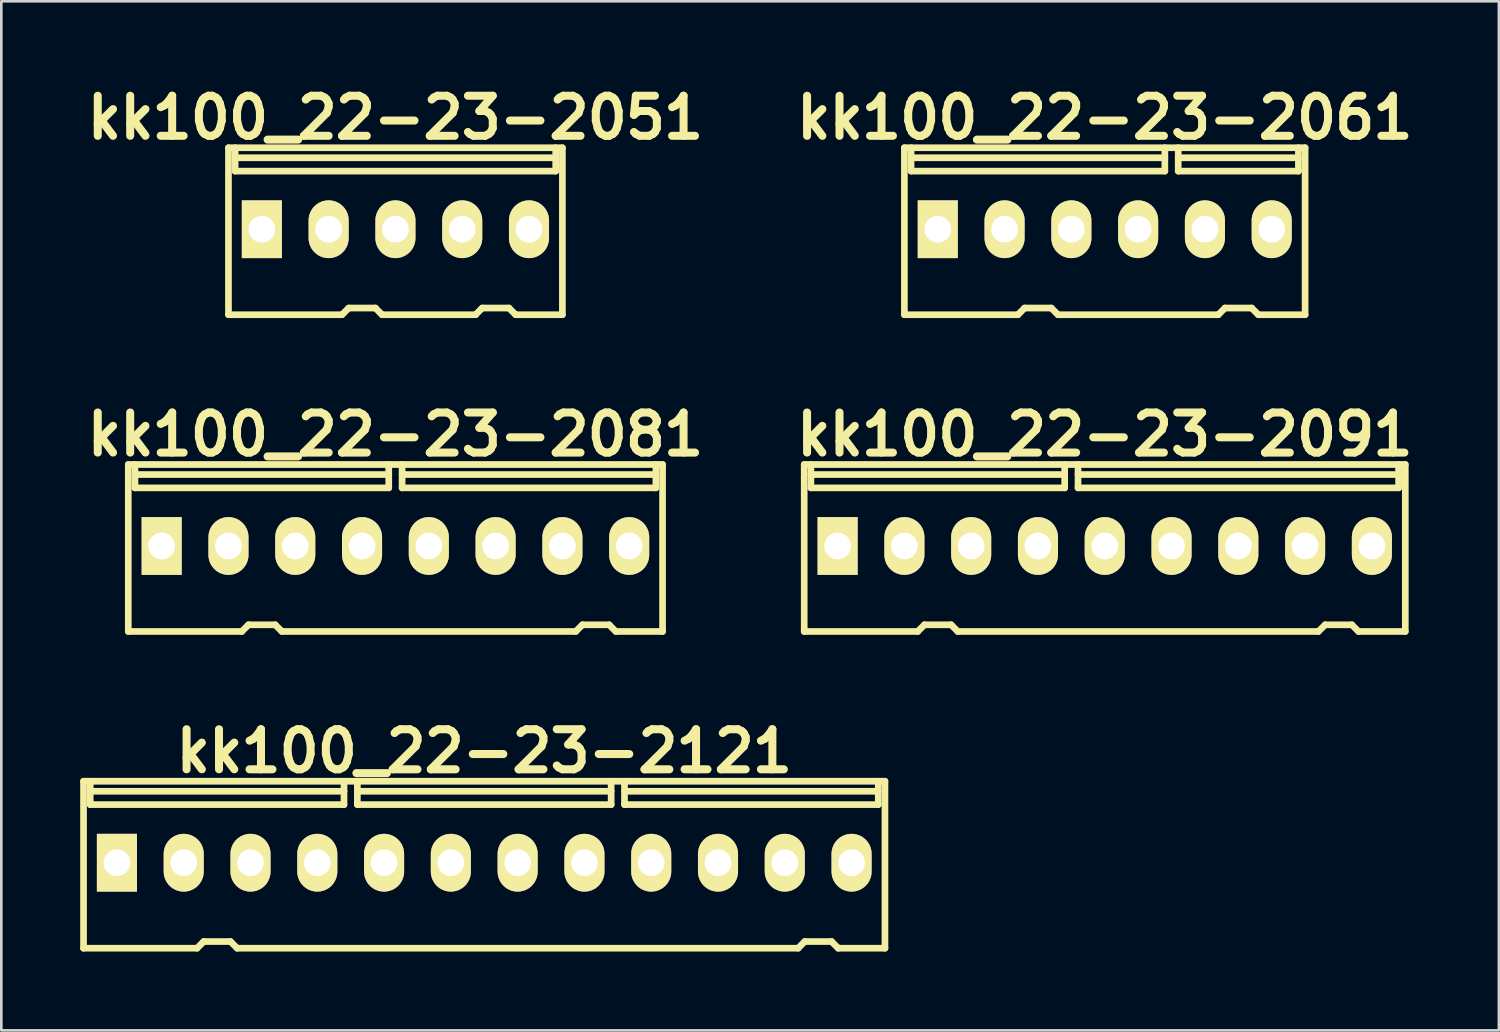
<source format=kicad_pcb>
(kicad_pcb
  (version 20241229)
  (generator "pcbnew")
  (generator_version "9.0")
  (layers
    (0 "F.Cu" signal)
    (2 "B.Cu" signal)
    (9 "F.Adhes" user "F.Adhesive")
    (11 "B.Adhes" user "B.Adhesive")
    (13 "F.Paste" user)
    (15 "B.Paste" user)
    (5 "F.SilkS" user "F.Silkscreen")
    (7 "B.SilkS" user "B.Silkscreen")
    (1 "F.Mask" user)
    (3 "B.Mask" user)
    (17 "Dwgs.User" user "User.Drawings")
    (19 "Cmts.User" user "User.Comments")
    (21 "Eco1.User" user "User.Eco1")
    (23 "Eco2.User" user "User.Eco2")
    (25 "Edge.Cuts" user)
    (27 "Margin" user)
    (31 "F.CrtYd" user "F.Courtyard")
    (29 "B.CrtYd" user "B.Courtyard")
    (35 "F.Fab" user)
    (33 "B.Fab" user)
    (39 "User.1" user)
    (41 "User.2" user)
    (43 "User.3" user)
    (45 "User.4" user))
  (footprint "kk100_22-23-2051"
    (layer "F.Cu")
    (at 11.989 5.744)
    (property "Reference" "kk100_22-23-2051" (at 0 -4.318 0) (layer "F.SilkS") (effects (font (size 1.524 1.524) (thickness 0.305))))
    (attr through_hole)
    (fp_line (start -6.35 -3.175) (end 6.35 -3.175) (stroke (width 0.254) (type solid)) (layer "F.SilkS"))
    (fp_line (start -6.35 3.175) (end -6.35 -3.175) (stroke (width 0.254) (type solid)) (layer "F.SilkS"))
    (fp_line (start -6.096 -2.286) (end -6.096 -3.175) (stroke (width 0.254) (type solid)) (layer "F.SilkS"))
    (fp_line (start -6.096 -2.286) (end 6.096 -2.286) (stroke (width 0.254) (type solid)) (layer "F.SilkS"))
    (fp_line (start -2.032 3.175) (end -6.35 3.175) (stroke (width 0.254) (type solid)) (layer "F.SilkS"))
    (fp_line (start -1.778 2.921) (end -2.032 3.175) (stroke (width 0.254) (type solid)) (layer "F.SilkS"))
    (fp_line (start -1.778 2.921) (end -0.762 2.921) (stroke (width 0.254) (type solid)) (layer "F.SilkS"))
    (fp_line (start -0.762 2.921) (end -0.508 3.175) (stroke (width 0.254) (type solid)) (layer "F.SilkS"))
    (fp_line (start -0.508 3.175) (end 3.048 3.175) (stroke (width 0.254) (type solid)) (layer "F.SilkS"))
    (fp_line (start 3.302 2.921) (end 3.048 3.175) (stroke (width 0.254) (type solid)) (layer "F.SilkS"))
    (fp_line (start 3.302 2.921) (end 4.318 2.921) (stroke (width 0.254) (type solid)) (layer "F.SilkS"))
    (fp_line (start 4.318 2.921) (end 4.572 3.175) (stroke (width 0.254) (type solid)) (layer "F.SilkS"))
    (fp_line (start 4.572 3.175) (end 6.35 3.175) (stroke (width 0.254) (type solid)) (layer "F.SilkS"))
    (fp_line (start 6.096 -2.794) (end -6.096 -2.794) (stroke (width 0.254) (type solid)) (layer "F.SilkS"))
    (fp_line (start 6.096 -2.286) (end 6.096 -3.175) (stroke (width 0.254) (type solid)) (layer "F.SilkS"))
    (fp_line (start 6.35 -3.175) (end 6.35 3.175) (stroke (width 0.254) (type solid)) (layer "F.SilkS"))
    (pad "1" thru_hole rect (at -5.08 -0.076) (size 1.524 2.197) (drill 1.016) (layers "*.Cu" "*.Mask" "F.SilkS"))
    (pad "2" thru_hole oval (at -2.54 -0.076) (size 1.524 2.197) (drill 1.016) (layers "*.Cu" "*.Mask" "F.SilkS"))
    (pad "3" thru_hole oval (at 0 -0.076) (size 1.524 2.197) (drill 1.016) (layers "*.Cu" "*.Mask" "F.SilkS"))
    (pad "4" thru_hole oval (at 2.54 -0.076) (size 1.524 2.197) (drill 1.016) (layers "*.Cu" "*.Mask" "F.SilkS"))
    (pad "5" thru_hole oval (at 5.08 -0.076) (size 1.524 2.197) (drill 1.016) (layers "*.Cu" "*.Mask" "F.SilkS")))
  (footprint "kk100_22-23-2081"
    (layer "F.Cu")
    (at 11.989 17.791)
    (property "Reference" "kk100_22-23-2081" (at 0 -4.318 0) (layer "F.SilkS") (effects (font (size 1.524 1.524) (thickness 0.305))))
    (attr through_hole)
    (fp_line (start -10.16 3.175) (end -10.16 -3.175) (stroke (width 0.254) (type solid)) (layer "F.SilkS"))
    (fp_line (start -9.906 -2.286) (end -9.906 -3.175) (stroke (width 0.254) (type solid)) (layer "F.SilkS"))
    (fp_line (start -5.842 3.175) (end -10.16 3.175) (stroke (width 0.254) (type solid)) (layer "F.SilkS"))
    (fp_line (start -5.588 2.921) (end -5.842 3.175) (stroke (width 0.254) (type solid)) (layer "F.SilkS"))
    (fp_line (start -5.588 2.921) (end -4.572 2.921) (stroke (width 0.254) (type solid)) (layer "F.SilkS"))
    (fp_line (start -4.572 2.921) (end -4.318 3.175) (stroke (width 0.254) (type solid)) (layer "F.SilkS"))
    (fp_line (start -4.318 3.175) (end 6.858 3.175) (stroke (width 0.254) (type solid)) (layer "F.SilkS"))
    (fp_line (start -0.254 -2.794) (end -9.906 -2.794) (stroke (width 0.254) (type solid)) (layer "F.SilkS"))
    (fp_line (start -0.254 -2.286) (end -9.906 -2.286) (stroke (width 0.254) (type solid)) (layer "F.SilkS"))
    (fp_line (start -0.254 -2.286) (end -0.254 -3.175) (stroke (width 0.254) (type solid)) (layer "F.SilkS"))
    (fp_line (start 0.254 -2.794) (end 9.906 -2.794) (stroke (width 0.254) (type solid)) (layer "F.SilkS"))
    (fp_line (start 0.254 -2.286) (end 0.254 -3.175) (stroke (width 0.254) (type solid)) (layer "F.SilkS"))
    (fp_line (start 0.254 -2.286) (end 9.906 -2.286) (stroke (width 0.254) (type solid)) (layer "F.SilkS"))
    (fp_line (start 7.112 2.921) (end 6.858 3.175) (stroke (width 0.254) (type solid)) (layer "F.SilkS"))
    (fp_line (start 7.112 2.921) (end 8.128 2.921) (stroke (width 0.254) (type solid)) (layer "F.SilkS"))
    (fp_line (start 8.128 2.921) (end 8.382 3.175) (stroke (width 0.254) (type solid)) (layer "F.SilkS"))
    (fp_line (start 8.382 3.175) (end 10.16 3.175) (stroke (width 0.254) (type solid)) (layer "F.SilkS"))
    (fp_line (start 9.906 -2.286) (end 9.906 -3.175) (stroke (width 0.254) (type solid)) (layer "F.SilkS"))
    (fp_line (start 10.16 -3.175) (end -10.16 -3.175) (stroke (width 0.254) (type solid)) (layer "F.SilkS"))
    (fp_line (start 10.16 -3.175) (end 10.16 3.175) (stroke (width 0.254) (type solid)) (layer "F.SilkS"))
    (pad "1" thru_hole rect (at -8.89 -0.076) (size 1.524 2.197) (drill 1.016) (layers "*.Cu" "*.Mask" "F.SilkS"))
    (pad "2" thru_hole oval (at -6.35 -0.076) (size 1.524 2.197) (drill 1.016) (layers "*.Cu" "*.Mask" "F.SilkS"))
    (pad "3" thru_hole oval (at -3.81 -0.076) (size 1.524 2.197) (drill 1.016) (layers "*.Cu" "*.Mask" "F.SilkS"))
    (pad "4" thru_hole oval (at -1.27 -0.076) (size 1.524 2.197) (drill 1.016) (layers "*.Cu" "*.Mask" "F.SilkS"))
    (pad "5" thru_hole oval (at 1.27 -0.076) (size 1.524 2.197) (drill 1.016) (layers "*.Cu" "*.Mask" "F.SilkS"))
    (pad "6" thru_hole oval (at 3.81 -0.076) (size 1.524 2.197) (drill 1.016) (layers "*.Cu" "*.Mask" "F.SilkS"))
    (pad "7" thru_hole oval (at 6.35 -0.076) (size 1.524 2.197) (drill 1.016) (layers "*.Cu" "*.Mask" "F.SilkS"))
    (pad "8" thru_hole oval (at 8.89 -0.076) (size 1.524 2.197) (drill 1.016) (layers "*.Cu" "*.Mask" "F.SilkS")))
  (footprint "kk100_22-23-2061"
    (layer "F.Cu")
    (at 38.966 5.744)
    (property "Reference" "kk100_22-23-2061" (at 0 -4.318 0) (layer "F.SilkS") (effects (font (size 1.524 1.524) (thickness 0.305))))
    (attr through_hole)
    (fp_line (start -7.62 -3.175) (end 7.62 -3.175) (stroke (width 0.254) (type solid)) (layer "F.SilkS"))
    (fp_line (start -7.62 3.175) (end -7.62 -3.175) (stroke (width 0.254) (type solid)) (layer "F.SilkS"))
    (fp_line (start -7.366 -2.286) (end -7.366 -3.175) (stroke (width 0.254) (type solid)) (layer "F.SilkS"))
    (fp_line (start -3.302 3.175) (end -7.62 3.175) (stroke (width 0.254) (type solid)) (layer "F.SilkS"))
    (fp_line (start -3.048 2.921) (end -3.302 3.175) (stroke (width 0.254) (type solid)) (layer "F.SilkS"))
    (fp_line (start -3.048 2.921) (end -2.032 2.921) (stroke (width 0.254) (type solid)) (layer "F.SilkS"))
    (fp_line (start -2.032 2.921) (end -1.778 3.175) (stroke (width 0.254) (type solid)) (layer "F.SilkS"))
    (fp_line (start -1.778 3.175) (end 4.318 3.175) (stroke (width 0.254) (type solid)) (layer "F.SilkS"))
    (fp_line (start 2.286 -2.794) (end -7.366 -2.794) (stroke (width 0.254) (type solid)) (layer "F.SilkS"))
    (fp_line (start 2.286 -2.286) (end -7.366 -2.286) (stroke (width 0.254) (type solid)) (layer "F.SilkS"))
    (fp_line (start 2.286 -2.286) (end 2.286 -3.175) (stroke (width 0.254) (type solid)) (layer "F.SilkS"))
    (fp_line (start 2.794 -2.794) (end 7.366 -2.794) (stroke (width 0.254) (type solid)) (layer "F.SilkS"))
    (fp_line (start 2.794 -2.286) (end 2.794 -3.175) (stroke (width 0.254) (type solid)) (layer "F.SilkS"))
    (fp_line (start 2.794 -2.286) (end 7.366 -2.286) (stroke (width 0.254) (type solid)) (layer "F.SilkS"))
    (fp_line (start 4.572 2.921) (end 4.318 3.175) (stroke (width 0.254) (type solid)) (layer "F.SilkS"))
    (fp_line (start 4.572 2.921) (end 5.588 2.921) (stroke (width 0.254) (type solid)) (layer "F.SilkS"))
    (fp_line (start 5.588 2.921) (end 5.842 3.175) (stroke (width 0.254) (type solid)) (layer "F.SilkS"))
    (fp_line (start 5.842 3.175) (end 7.62 3.175) (stroke (width 0.254) (type solid)) (layer "F.SilkS"))
    (fp_line (start 7.366 -2.286) (end 7.366 -3.175) (stroke (width 0.254) (type solid)) (layer "F.SilkS"))
    (fp_line (start 7.62 -3.175) (end 7.62 3.175) (stroke (width 0.254) (type solid)) (layer "F.SilkS"))
    (pad "1" thru_hole rect (at -6.35 -0.076) (size 1.524 2.197) (drill 1.016) (layers "*.Cu" "*.Mask" "F.SilkS"))
    (pad "2" thru_hole oval (at -3.81 -0.076) (size 1.524 2.197) (drill 1.016) (layers "*.Cu" "*.Mask" "F.SilkS"))
    (pad "3" thru_hole oval (at -1.27 -0.076) (size 1.524 2.197) (drill 1.016) (layers "*.Cu" "*.Mask" "F.SilkS"))
    (pad "4" thru_hole oval (at 1.27 -0.076) (size 1.524 2.197) (drill 1.016) (layers "*.Cu" "*.Mask" "F.SilkS"))
    (pad "5" thru_hole oval (at 3.81 -0.076) (size 1.524 2.197) (drill 1.016) (layers "*.Cu" "*.Mask" "F.SilkS"))
    (pad "6" thru_hole oval (at 6.35 -0.076) (size 1.524 2.197) (drill 1.016) (layers "*.Cu" "*.Mask" "F.SilkS")))
  (footprint "kk100_22-23-2121"
    (layer "F.Cu")
    (at 15.367 29.837)
    (property "Reference" "kk100_22-23-2121" (at 0 -4.318 0) (layer "F.SilkS") (effects (font (size 1.524 1.524) (thickness 0.305))))
    (attr through_hole)
    (fp_line (start -15.24 3.175) (end -15.24 -3.175) (stroke (width 0.254) (type solid)) (layer "F.SilkS"))
    (fp_line (start -14.986 -2.286) (end -14.986 -3.175) (stroke (width 0.254) (type solid)) (layer "F.SilkS"))
    (fp_line (start -10.922 3.175) (end -15.24 3.175) (stroke (width 0.254) (type solid)) (layer "F.SilkS"))
    (fp_line (start -10.668 2.921) (end -10.922 3.175) (stroke (width 0.254) (type solid)) (layer "F.SilkS"))
    (fp_line (start -10.668 2.921) (end -9.652 2.921) (stroke (width 0.254) (type solid)) (layer "F.SilkS"))
    (fp_line (start -9.652 2.921) (end -9.398 3.175) (stroke (width 0.254) (type solid)) (layer "F.SilkS"))
    (fp_line (start -9.398 3.175) (end 11.938 3.175) (stroke (width 0.254) (type solid)) (layer "F.SilkS"))
    (fp_line (start -5.334 -2.794) (end -14.986 -2.794) (stroke (width 0.254) (type solid)) (layer "F.SilkS"))
    (fp_line (start -5.334 -2.286) (end -14.986 -2.286) (stroke (width 0.254) (type solid)) (layer "F.SilkS"))
    (fp_line (start -5.334 -2.286) (end -5.334 -3.175) (stroke (width 0.254) (type solid)) (layer "F.SilkS"))
    (fp_line (start -4.826 -2.794) (end 4.826 -2.794) (stroke (width 0.254) (type solid)) (layer "F.SilkS"))
    (fp_line (start -4.826 -2.286) (end -4.826 -3.175) (stroke (width 0.254) (type solid)) (layer "F.SilkS"))
    (fp_line (start -4.826 -2.286) (end 4.826 -2.286) (stroke (width 0.254) (type solid)) (layer "F.SilkS"))
    (fp_line (start 4.826 -2.286) (end 4.826 -3.175) (stroke (width 0.254) (type solid)) (layer "F.SilkS"))
    (fp_line (start 5.334 -2.794) (end 14.986 -2.794) (stroke (width 0.254) (type solid)) (layer "F.SilkS"))
    (fp_line (start 5.334 -2.286) (end 5.334 -3.175) (stroke (width 0.254) (type solid)) (layer "F.SilkS"))
    (fp_line (start 5.334 -2.286) (end 14.986 -2.286) (stroke (width 0.254) (type solid)) (layer "F.SilkS"))
    (fp_line (start 12.192 2.921) (end 11.938 3.175) (stroke (width 0.254) (type solid)) (layer "F.SilkS"))
    (fp_line (start 12.192 2.921) (end 13.208 2.921) (stroke (width 0.254) (type solid)) (layer "F.SilkS"))
    (fp_line (start 13.208 2.921) (end 13.462 3.175) (stroke (width 0.254) (type solid)) (layer "F.SilkS"))
    (fp_line (start 13.462 3.175) (end 15.24 3.175) (stroke (width 0.254) (type solid)) (layer "F.SilkS"))
    (fp_line (start 14.986 -2.286) (end 14.986 -3.175) (stroke (width 0.254) (type solid)) (layer "F.SilkS"))
    (fp_line (start 15.24 -3.175) (end -15.24 -3.175) (stroke (width 0.254) (type solid)) (layer "F.SilkS"))
    (fp_line (start 15.24 -3.175) (end 15.24 3.175) (stroke (width 0.254) (type solid)) (layer "F.SilkS"))
    (pad "1" thru_hole rect (at -13.97 -0.076) (size 1.524 2.197) (drill 1.016) (layers "*.Cu" "*.Mask" "F.SilkS"))
    (pad "2" thru_hole oval (at -11.43 -0.076) (size 1.524 2.197) (drill 1.016) (layers "*.Cu" "*.Mask" "F.SilkS"))
    (pad "3" thru_hole oval (at -8.89 -0.076) (size 1.524 2.197) (drill 1.016) (layers "*.Cu" "*.Mask" "F.SilkS"))
    (pad "4" thru_hole oval (at -6.35 -0.076) (size 1.524 2.197) (drill 1.016) (layers "*.Cu" "*.Mask" "F.SilkS"))
    (pad "5" thru_hole oval (at -3.81 -0.076) (size 1.524 2.197) (drill 1.016) (layers "*.Cu" "*.Mask" "F.SilkS"))
    (pad "6" thru_hole oval (at -1.27 -0.076) (size 1.524 2.197) (drill 1.016) (layers "*.Cu" "*.Mask" "F.SilkS"))
    (pad "7" thru_hole oval (at 1.27 -0.076) (size 1.524 2.197) (drill 1.016) (layers "*.Cu" "*.Mask" "F.SilkS"))
    (pad "8" thru_hole oval (at 3.81 -0.076) (size 1.524 2.197) (drill 1.016) (layers "*.Cu" "*.Mask" "F.SilkS"))
    (pad "9" thru_hole oval (at 6.35 -0.076) (size 1.524 2.197) (drill 1.016) (layers "*.Cu" "*.Mask" "F.SilkS"))
    (pad "10" thru_hole oval (at 8.89 -0.076) (size 1.524 2.197) (drill 1.016) (layers "*.Cu" "*.Mask" "F.SilkS"))
    (pad "11" thru_hole oval (at 11.43 -0.076) (size 1.524 2.197) (drill 1.016) (layers "*.Cu" "*.Mask" "F.SilkS"))
    (pad "12" thru_hole oval (at 13.97 -0.076) (size 1.524 2.197) (drill 1.016) (layers "*.Cu" "*.Mask" "F.SilkS")))
  (footprint "kk100_22-23-2091"
    (layer "F.Cu")
    (at 38.966 17.791)
    (property "Reference" "kk100_22-23-2091" (at 0 -4.318 0) (layer "F.SilkS") (effects (font (size 1.524 1.524) (thickness 0.305))))
    (attr through_hole)
    (fp_line (start -11.43 -3.175) (end 11.43 -3.175) (stroke (width 0.254) (type solid)) (layer "F.SilkS"))
    (fp_line (start -11.43 3.175) (end -11.43 -3.175) (stroke (width 0.254) (type solid)) (layer "F.SilkS"))
    (fp_line (start -11.176 -2.286) (end -11.176 -3.175) (stroke (width 0.254) (type solid)) (layer "F.SilkS"))
    (fp_line (start -7.112 3.175) (end -11.43 3.175) (stroke (width 0.254) (type solid)) (layer "F.SilkS"))
    (fp_line (start -6.858 2.921) (end -7.112 3.175) (stroke (width 0.254) (type solid)) (layer "F.SilkS"))
    (fp_line (start -6.858 2.921) (end -5.842 2.921) (stroke (width 0.254) (type solid)) (layer "F.SilkS"))
    (fp_line (start -5.842 2.921) (end -5.588 3.175) (stroke (width 0.254) (type solid)) (layer "F.SilkS"))
    (fp_line (start -5.588 3.175) (end 8.128 3.175) (stroke (width 0.254) (type solid)) (layer "F.SilkS"))
    (fp_line (start -1.524 -2.794) (end -11.176 -2.794) (stroke (width 0.254) (type solid)) (layer "F.SilkS"))
    (fp_line (start -1.524 -2.286) (end -11.176 -2.286) (stroke (width 0.254) (type solid)) (layer "F.SilkS"))
    (fp_line (start -1.524 -2.286) (end -1.524 -3.175) (stroke (width 0.254) (type solid)) (layer "F.SilkS"))
    (fp_line (start -1.016 -2.794) (end 11.176 -2.794) (stroke (width 0.254) (type solid)) (layer "F.SilkS"))
    (fp_line (start -1.016 -2.286) (end -1.016 -3.175) (stroke (width 0.254) (type solid)) (layer "F.SilkS"))
    (fp_line (start -1.016 -2.286) (end 11.176 -2.286) (stroke (width 0.254) (type solid)) (layer "F.SilkS"))
    (fp_line (start 8.382 2.921) (end 8.128 3.175) (stroke (width 0.254) (type solid)) (layer "F.SilkS"))
    (fp_line (start 8.382 2.921) (end 9.398 2.921) (stroke (width 0.254) (type solid)) (layer "F.SilkS"))
    (fp_line (start 9.398 2.921) (end 9.652 3.175) (stroke (width 0.254) (type solid)) (layer "F.SilkS"))
    (fp_line (start 9.652 3.175) (end 11.43 3.175) (stroke (width 0.254) (type solid)) (layer "F.SilkS"))
    (fp_line (start 11.176 -2.286) (end 11.176 -3.175) (stroke (width 0.254) (type solid)) (layer "F.SilkS"))
    (fp_line (start 11.43 -3.175) (end 11.43 3.175) (stroke (width 0.254) (type solid)) (layer "F.SilkS"))
    (pad "1" thru_hole rect (at -10.16 -0.076) (size 1.524 2.197) (drill 1.016) (layers "*.Cu" "*.Mask" "F.SilkS"))
    (pad "2" thru_hole oval (at -7.62 -0.076) (size 1.524 2.197) (drill 1.016) (layers "*.Cu" "*.Mask" "F.SilkS"))
    (pad "3" thru_hole oval (at -5.08 -0.076) (size 1.524 2.197) (drill 1.016) (layers "*.Cu" "*.Mask" "F.SilkS"))
    (pad "4" thru_hole oval (at -2.54 -0.076) (size 1.524 2.197) (drill 1.016) (layers "*.Cu" "*.Mask" "F.SilkS"))
    (pad "5" thru_hole oval (at 0 -0.076) (size 1.524 2.197) (drill 1.016) (layers "*.Cu" "*.Mask" "F.SilkS"))
    (pad "6" thru_hole oval (at 2.54 -0.076) (size 1.524 2.197) (drill 1.016) (layers "*.Cu" "*.Mask" "F.SilkS"))
    (pad "7" thru_hole oval (at 5.08 -0.076) (size 1.524 2.197) (drill 1.016) (layers "*.Cu" "*.Mask" "F.SilkS"))
    (pad "8" thru_hole oval (at 7.62 -0.076) (size 1.524 2.197) (drill 1.016) (layers "*.Cu" "*.Mask" "F.SilkS"))
    (pad "9" thru_hole oval (at 10.16 -0.076) (size 1.524 2.197) (drill 1.016) (layers "*.Cu" "*.Mask" "F.SilkS")))
  (gr_rect
    (start -3 -3)
    (end 53.955 36.139)
    (stroke (width 0.1) (type default))
    (fill no)
    (layer "Edge.Cuts")))
</source>
